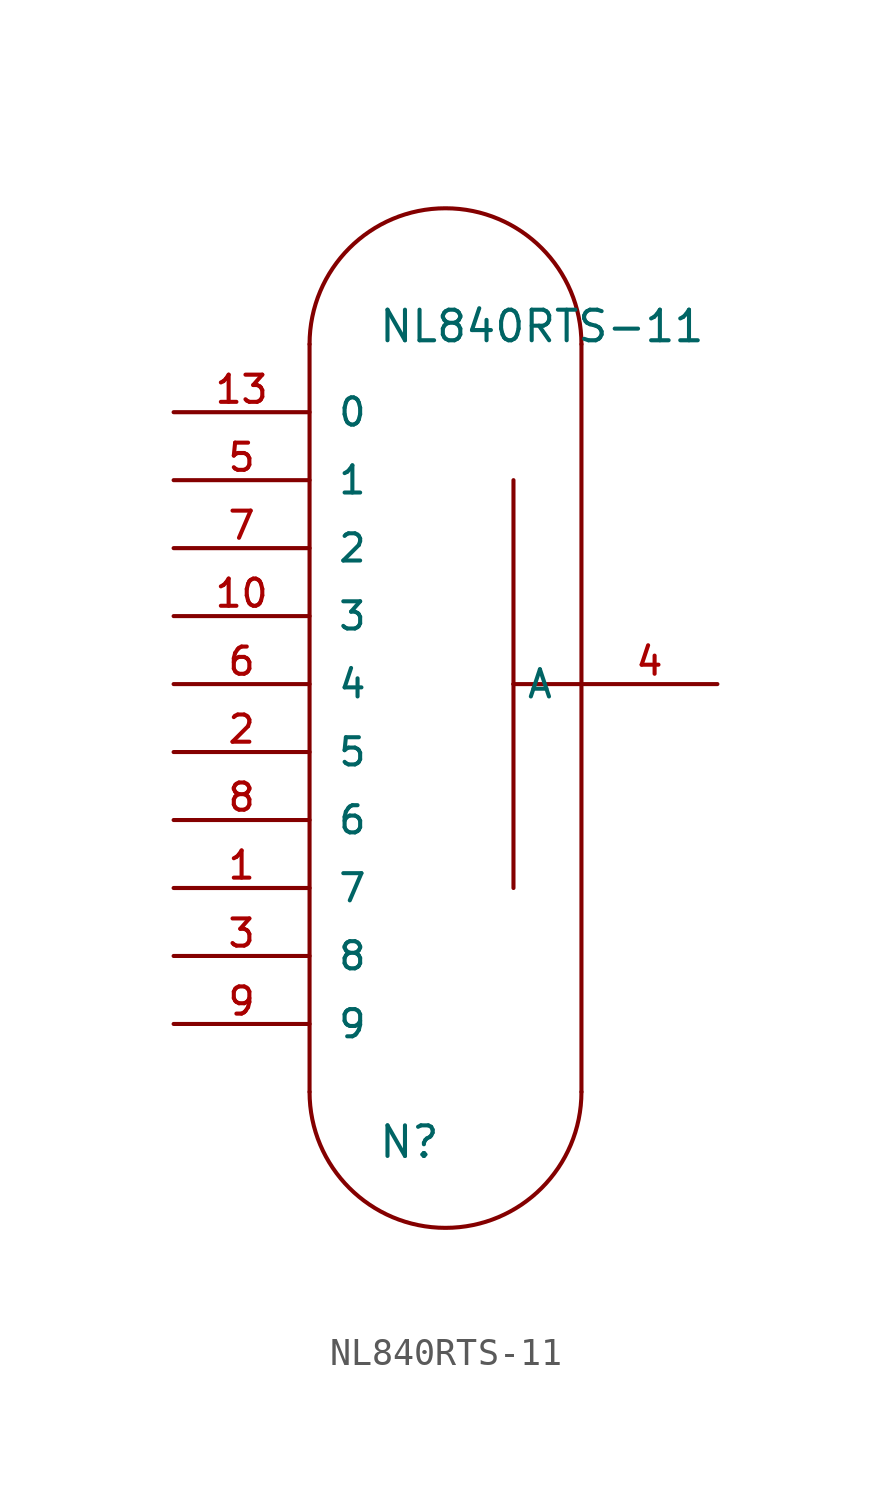
<source format=kicad_sym>
(kicad_symbol_lib
  (version 20220914)
  (generator kicad_symbol_editor)
  (symbol "NL840RTS-11"
    (pin_names
      (offset 1.016))
    (property "Reference" "N"
      (at -2.54 -15.24 0)
      (effects (font (size 1.143 1.143)) (justify left bottom)))
    (property "Value" "NL840RTS-11"
      (at -2.54 15.24 0)
      (effects (font (size 1.143 1.143)) (justify left bottom)))
    (property "ki_locked" ""
      (at 0 0 0)
      (effects (font (size 1.27 1.27))))
    (symbol "NL840RTS-11_1_0"
      (polyline (pts (xy -5.08 15.24) (xy -5.08 -12.7)) (stroke (width 0) (type solid)) (fill (type none)))
      (polyline (pts (xy 2.54 -5.08) (xy 2.54 2.54)) (stroke (width 0) (type solid)) (fill (type none)))
      (polyline (pts (xy 2.54 2.54) (xy 2.54 10.16)) (stroke (width 0) (type solid)) (fill (type none)))
      (polyline (pts (xy 5.08 2.54) (xy 2.54 2.54)) (stroke (width 0) (type solid)) (fill (type none)))
      (polyline (pts (xy 5.08 2.54) (xy 5.08 -12.7)) (stroke (width 0) (type solid)) (fill (type none)))
      (polyline (pts (xy 5.08 15.24) (xy 5.08 2.54)) (stroke (width 0) (type solid)) (fill (type none))))
    (symbol "NL840RTS-11_1_1"
      (arc (start -5.08 -12.7) (mid 0 -17.7579) (end 5.08 -12.7) (stroke (width 0) (type solid)) (fill (type none)))
      (arc (start 5.08 15.24) (mid 0 20.2979) (end -5.08 15.24) (stroke (width 0) (type solid)) (fill (type none)))
      (pin passive line (at -10.16 -5.08 0) (length 5.08) (name "7" (effects (font (size 1.016 1.016)))) (number "1" (effects (font (size 1.016 1.016)))))
      (pin passive line (at -10.16 5.08 0) (length 5.08) (name "3" (effects (font (size 1.016 1.016)))) (number "10" (effects (font (size 1.016 1.016)))))
      (pin passive line (at -10.16 12.7 0) (length 5.08) (name "0" (effects (font (size 1.016 1.016)))) (number "13" (effects (font (size 1.016 1.016)))))
      (pin passive line (at -10.16 0 0) (length 5.08) (name "5" (effects (font (size 1.016 1.016)))) (number "2" (effects (font (size 1.016 1.016)))))
      (pin passive line (at -10.16 -7.62 0) (length 5.08) (name "8" (effects (font (size 1.016 1.016)))) (number "3" (effects (font (size 1.016 1.016)))))
      (pin passive line (at 10.16 2.54 180) (length 5.08) (name "A" (effects (font (size 1.016 1.016)))) (number "4" (effects (font (size 1.016 1.016)))))
      (pin passive line (at -10.16 10.16 0) (length 5.08) (name "1" (effects (font (size 1.016 1.016)))) (number "5" (effects (font (size 1.016 1.016)))))
      (pin passive line (at -10.16 2.54 0) (length 5.08) (name "4" (effects (font (size 1.016 1.016)))) (number "6" (effects (font (size 1.016 1.016)))))
      (pin passive line (at -10.16 7.62 0) (length 5.08) (name "2" (effects (font (size 1.016 1.016)))) (number "7" (effects (font (size 1.016 1.016)))))
      (pin passive line (at -10.16 -2.54 0) (length 5.08) (name "6" (effects (font (size 1.016 1.016)))) (number "8" (effects (font (size 1.016 1.016)))))
      (pin passive line (at -10.16 -10.16 0) (length 5.08) (name "9" (effects (font (size 1.016 1.016)))) (number "9" (effects (font (size 1.016 1.016))))))))
</source>
